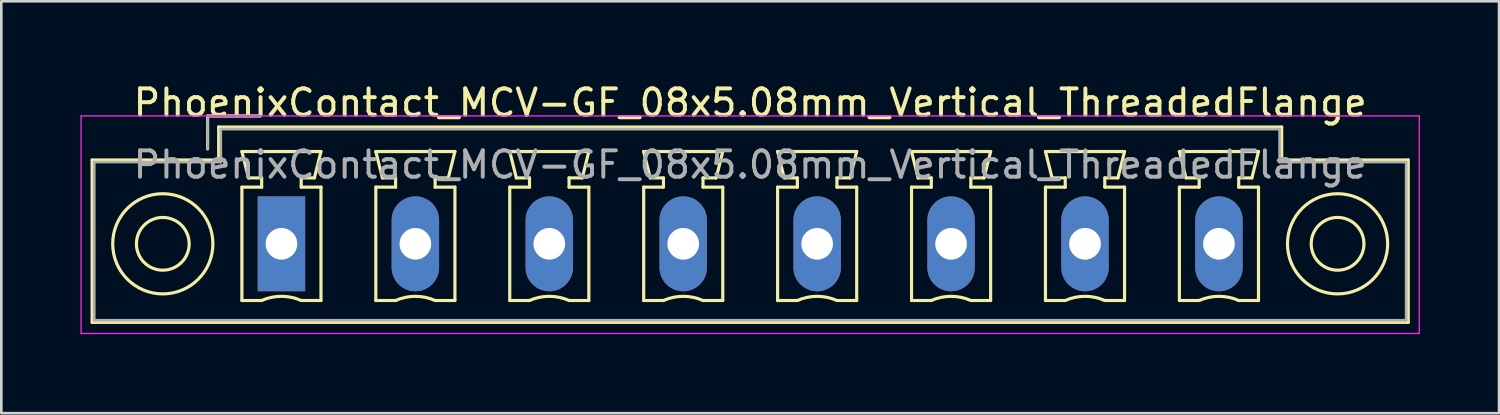
<source format=kicad_pcb>
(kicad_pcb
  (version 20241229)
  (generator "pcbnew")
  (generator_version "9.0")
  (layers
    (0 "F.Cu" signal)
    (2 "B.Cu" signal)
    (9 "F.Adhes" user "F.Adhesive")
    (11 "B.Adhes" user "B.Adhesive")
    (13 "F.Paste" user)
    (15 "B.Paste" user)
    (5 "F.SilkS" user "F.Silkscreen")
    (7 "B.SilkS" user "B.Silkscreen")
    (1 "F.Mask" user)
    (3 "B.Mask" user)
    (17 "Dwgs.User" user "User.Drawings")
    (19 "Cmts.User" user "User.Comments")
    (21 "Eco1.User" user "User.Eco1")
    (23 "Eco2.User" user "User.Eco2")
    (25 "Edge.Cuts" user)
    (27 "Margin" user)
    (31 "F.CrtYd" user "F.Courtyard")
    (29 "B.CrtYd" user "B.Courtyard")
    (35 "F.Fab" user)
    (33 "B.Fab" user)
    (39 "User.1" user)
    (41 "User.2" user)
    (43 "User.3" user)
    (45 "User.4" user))
  (footprint "PhoenixContact_MCV-GF_08x5.08mm_Vertical_ThreadedFlange"
    (layer "F.Cu")
    (at 7.625 6.198)
    (property "Reference" "PhoenixContact_MCV-GF_08x5.08mm_Vertical_ThreadedFlange" (at 17.78 -5.35 0) (layer "F.SilkS") (effects (font (size 1 1) (thickness 0.15))))
    (attr through_hole)
    (fp_line (start -7.18 -3.18) (end -7.18 2.98) (stroke (width 0.12) (type solid)) (layer "F.SilkS"))
    (fp_line (start -7.18 2.98) (end 42.74 2.98) (stroke (width 0.12) (type solid)) (layer "F.SilkS"))
    (fp_line (start -2.8 -4.85) (end -0.8 -4.85) (stroke (width 0.12) (type solid)) (layer "F.SilkS"))
    (fp_line (start -2.8 -3.6) (end -2.8 -4.85) (stroke (width 0.12) (type solid)) (layer "F.SilkS"))
    (fp_line (start -2.38 -4.43) (end -2.38 -3.18) (stroke (width 0.12) (type solid)) (layer "F.SilkS"))
    (fp_line (start -2.38 -3.18) (end -7.18 -3.18) (stroke (width 0.12) (type solid)) (layer "F.SilkS"))
    (fp_line (start -1.5 -3.5) (end 1.5 -3.5) (stroke (width 0.12) (type solid)) (layer "F.SilkS"))
    (fp_line (start -1.5 -2.15) (end -0.75 -2.15) (stroke (width 0.12) (type solid)) (layer "F.SilkS"))
    (fp_line (start -1.5 2.15) (end -1.5 -2.15) (stroke (width 0.12) (type solid)) (layer "F.SilkS"))
    (fp_line (start -1.25 -2.5) (end -1.5 -3.5) (stroke (width 0.12) (type solid)) (layer "F.SilkS"))
    (fp_line (start -0.75 -2.5) (end -1.25 -2.5) (stroke (width 0.12) (type solid)) (layer "F.SilkS"))
    (fp_line (start -0.75 -2.15) (end -0.75 -2.5) (stroke (width 0.12) (type solid)) (layer "F.SilkS"))
    (fp_line (start -0.75 2.15) (end -1.5 2.15) (stroke (width 0.12) (type solid)) (layer "F.SilkS"))
    (fp_line (start 0.75 -2.5) (end 0.75 -2.15) (stroke (width 0.12) (type solid)) (layer "F.SilkS"))
    (fp_line (start 0.75 -2.15) (end 1.5 -2.15) (stroke (width 0.12) (type solid)) (layer "F.SilkS"))
    (fp_line (start 1.25 -2.5) (end 0.75 -2.5) (stroke (width 0.12) (type solid)) (layer "F.SilkS"))
    (fp_line (start 1.5 -3.5) (end 1.25 -2.5) (stroke (width 0.12) (type solid)) (layer "F.SilkS"))
    (fp_line (start 1.5 -2.15) (end 1.5 2.15) (stroke (width 0.12) (type solid)) (layer "F.SilkS"))
    (fp_line (start 1.5 2.15) (end 0.75 2.15) (stroke (width 0.12) (type solid)) (layer "F.SilkS"))
    (fp_line (start 3.58 -3.5) (end 6.58 -3.5) (stroke (width 0.12) (type solid)) (layer "F.SilkS"))
    (fp_line (start 3.58 -2.15) (end 4.33 -2.15) (stroke (width 0.12) (type solid)) (layer "F.SilkS"))
    (fp_line (start 3.58 2.15) (end 3.58 -2.15) (stroke (width 0.12) (type solid)) (layer "F.SilkS"))
    (fp_line (start 3.83 -2.5) (end 3.58 -3.5) (stroke (width 0.12) (type solid)) (layer "F.SilkS"))
    (fp_line (start 4.33 -2.5) (end 3.83 -2.5) (stroke (width 0.12) (type solid)) (layer "F.SilkS"))
    (fp_line (start 4.33 -2.15) (end 4.33 -2.5) (stroke (width 0.12) (type solid)) (layer "F.SilkS"))
    (fp_line (start 4.33 2.15) (end 3.58 2.15) (stroke (width 0.12) (type solid)) (layer "F.SilkS"))
    (fp_line (start 5.83 -2.5) (end 5.83 -2.15) (stroke (width 0.12) (type solid)) (layer "F.SilkS"))
    (fp_line (start 5.83 -2.15) (end 6.58 -2.15) (stroke (width 0.12) (type solid)) (layer "F.SilkS"))
    (fp_line (start 6.33 -2.5) (end 5.83 -2.5) (stroke (width 0.12) (type solid)) (layer "F.SilkS"))
    (fp_line (start 6.58 -3.5) (end 6.33 -2.5) (stroke (width 0.12) (type solid)) (layer "F.SilkS"))
    (fp_line (start 6.58 -2.15) (end 6.58 2.15) (stroke (width 0.12) (type solid)) (layer "F.SilkS"))
    (fp_line (start 6.58 2.15) (end 5.83 2.15) (stroke (width 0.12) (type solid)) (layer "F.SilkS"))
    (fp_line (start 8.66 -3.5) (end 11.66 -3.5) (stroke (width 0.12) (type solid)) (layer "F.SilkS"))
    (fp_line (start 8.66 -2.15) (end 9.41 -2.15) (stroke (width 0.12) (type solid)) (layer "F.SilkS"))
    (fp_line (start 8.66 2.15) (end 8.66 -2.15) (stroke (width 0.12) (type solid)) (layer "F.SilkS"))
    (fp_line (start 8.91 -2.5) (end 8.66 -3.5) (stroke (width 0.12) (type solid)) (layer "F.SilkS"))
    (fp_line (start 9.41 -2.5) (end 8.91 -2.5) (stroke (width 0.12) (type solid)) (layer "F.SilkS"))
    (fp_line (start 9.41 -2.15) (end 9.41 -2.5) (stroke (width 0.12) (type solid)) (layer "F.SilkS"))
    (fp_line (start 9.41 2.15) (end 8.66 2.15) (stroke (width 0.12) (type solid)) (layer "F.SilkS"))
    (fp_line (start 10.91 -2.5) (end 10.91 -2.15) (stroke (width 0.12) (type solid)) (layer "F.SilkS"))
    (fp_line (start 10.91 -2.15) (end 11.66 -2.15) (stroke (width 0.12) (type solid)) (layer "F.SilkS"))
    (fp_line (start 11.41 -2.5) (end 10.91 -2.5) (stroke (width 0.12) (type solid)) (layer "F.SilkS"))
    (fp_line (start 11.66 -3.5) (end 11.41 -2.5) (stroke (width 0.12) (type solid)) (layer "F.SilkS"))
    (fp_line (start 11.66 -2.15) (end 11.66 2.15) (stroke (width 0.12) (type solid)) (layer "F.SilkS"))
    (fp_line (start 11.66 2.15) (end 10.91 2.15) (stroke (width 0.12) (type solid)) (layer "F.SilkS"))
    (fp_line (start 13.74 -3.5) (end 16.74 -3.5) (stroke (width 0.12) (type solid)) (layer "F.SilkS"))
    (fp_line (start 13.74 -2.15) (end 14.49 -2.15) (stroke (width 0.12) (type solid)) (layer "F.SilkS"))
    (fp_line (start 13.74 2.15) (end 13.74 -2.15) (stroke (width 0.12) (type solid)) (layer "F.SilkS"))
    (fp_line (start 13.99 -2.5) (end 13.74 -3.5) (stroke (width 0.12) (type solid)) (layer "F.SilkS"))
    (fp_line (start 14.49 -2.5) (end 13.99 -2.5) (stroke (width 0.12) (type solid)) (layer "F.SilkS"))
    (fp_line (start 14.49 -2.15) (end 14.49 -2.5) (stroke (width 0.12) (type solid)) (layer "F.SilkS"))
    (fp_line (start 14.49 2.15) (end 13.74 2.15) (stroke (width 0.12) (type solid)) (layer "F.SilkS"))
    (fp_line (start 15.99 -2.5) (end 15.99 -2.15) (stroke (width 0.12) (type solid)) (layer "F.SilkS"))
    (fp_line (start 15.99 -2.15) (end 16.74 -2.15) (stroke (width 0.12) (type solid)) (layer "F.SilkS"))
    (fp_line (start 16.49 -2.5) (end 15.99 -2.5) (stroke (width 0.12) (type solid)) (layer "F.SilkS"))
    (fp_line (start 16.74 -3.5) (end 16.49 -2.5) (stroke (width 0.12) (type solid)) (layer "F.SilkS"))
    (fp_line (start 16.74 -2.15) (end 16.74 2.15) (stroke (width 0.12) (type solid)) (layer "F.SilkS"))
    (fp_line (start 16.74 2.15) (end 15.99 2.15) (stroke (width 0.12) (type solid)) (layer "F.SilkS"))
    (fp_line (start 18.82 -3.5) (end 21.82 -3.5) (stroke (width 0.12) (type solid)) (layer "F.SilkS"))
    (fp_line (start 18.82 -2.15) (end 19.57 -2.15) (stroke (width 0.12) (type solid)) (layer "F.SilkS"))
    (fp_line (start 18.82 2.15) (end 18.82 -2.15) (stroke (width 0.12) (type solid)) (layer "F.SilkS"))
    (fp_line (start 19.07 -2.5) (end 18.82 -3.5) (stroke (width 0.12) (type solid)) (layer "F.SilkS"))
    (fp_line (start 19.57 -2.5) (end 19.07 -2.5) (stroke (width 0.12) (type solid)) (layer "F.SilkS"))
    (fp_line (start 19.57 -2.15) (end 19.57 -2.5) (stroke (width 0.12) (type solid)) (layer "F.SilkS"))
    (fp_line (start 19.57 2.15) (end 18.82 2.15) (stroke (width 0.12) (type solid)) (layer "F.SilkS"))
    (fp_line (start 21.07 -2.5) (end 21.07 -2.15) (stroke (width 0.12) (type solid)) (layer "F.SilkS"))
    (fp_line (start 21.07 -2.15) (end 21.82 -2.15) (stroke (width 0.12) (type solid)) (layer "F.SilkS"))
    (fp_line (start 21.57 -2.5) (end 21.07 -2.5) (stroke (width 0.12) (type solid)) (layer "F.SilkS"))
    (fp_line (start 21.82 -3.5) (end 21.57 -2.5) (stroke (width 0.12) (type solid)) (layer "F.SilkS"))
    (fp_line (start 21.82 -2.15) (end 21.82 2.15) (stroke (width 0.12) (type solid)) (layer "F.SilkS"))
    (fp_line (start 21.82 2.15) (end 21.07 2.15) (stroke (width 0.12) (type solid)) (layer "F.SilkS"))
    (fp_line (start 23.9 -3.5) (end 26.9 -3.5) (stroke (width 0.12) (type solid)) (layer "F.SilkS"))
    (fp_line (start 23.9 -2.15) (end 24.65 -2.15) (stroke (width 0.12) (type solid)) (layer "F.SilkS"))
    (fp_line (start 23.9 2.15) (end 23.9 -2.15) (stroke (width 0.12) (type solid)) (layer "F.SilkS"))
    (fp_line (start 24.15 -2.5) (end 23.9 -3.5) (stroke (width 0.12) (type solid)) (layer "F.SilkS"))
    (fp_line (start 24.65 -2.5) (end 24.15 -2.5) (stroke (width 0.12) (type solid)) (layer "F.SilkS"))
    (fp_line (start 24.65 -2.15) (end 24.65 -2.5) (stroke (width 0.12) (type solid)) (layer "F.SilkS"))
    (fp_line (start 24.65 2.15) (end 23.9 2.15) (stroke (width 0.12) (type solid)) (layer "F.SilkS"))
    (fp_line (start 26.15 -2.5) (end 26.15 -2.15) (stroke (width 0.12) (type solid)) (layer "F.SilkS"))
    (fp_line (start 26.15 -2.15) (end 26.9 -2.15) (stroke (width 0.12) (type solid)) (layer "F.SilkS"))
    (fp_line (start 26.65 -2.5) (end 26.15 -2.5) (stroke (width 0.12) (type solid)) (layer "F.SilkS"))
    (fp_line (start 26.9 -3.5) (end 26.65 -2.5) (stroke (width 0.12) (type solid)) (layer "F.SilkS"))
    (fp_line (start 26.9 -2.15) (end 26.9 2.15) (stroke (width 0.12) (type solid)) (layer "F.SilkS"))
    (fp_line (start 26.9 2.15) (end 26.15 2.15) (stroke (width 0.12) (type solid)) (layer "F.SilkS"))
    (fp_line (start 28.98 -3.5) (end 31.98 -3.5) (stroke (width 0.12) (type solid)) (layer "F.SilkS"))
    (fp_line (start 28.98 -2.15) (end 29.73 -2.15) (stroke (width 0.12) (type solid)) (layer "F.SilkS"))
    (fp_line (start 28.98 2.15) (end 28.98 -2.15) (stroke (width 0.12) (type solid)) (layer "F.SilkS"))
    (fp_line (start 29.23 -2.5) (end 28.98 -3.5) (stroke (width 0.12) (type solid)) (layer "F.SilkS"))
    (fp_line (start 29.73 -2.5) (end 29.23 -2.5) (stroke (width 0.12) (type solid)) (layer "F.SilkS"))
    (fp_line (start 29.73 -2.15) (end 29.73 -2.5) (stroke (width 0.12) (type solid)) (layer "F.SilkS"))
    (fp_line (start 29.73 2.15) (end 28.98 2.15) (stroke (width 0.12) (type solid)) (layer "F.SilkS"))
    (fp_line (start 31.23 -2.5) (end 31.23 -2.15) (stroke (width 0.12) (type solid)) (layer "F.SilkS"))
    (fp_line (start 31.23 -2.15) (end 31.98 -2.15) (stroke (width 0.12) (type solid)) (layer "F.SilkS"))
    (fp_line (start 31.73 -2.5) (end 31.23 -2.5) (stroke (width 0.12) (type solid)) (layer "F.SilkS"))
    (fp_line (start 31.98 -3.5) (end 31.73 -2.5) (stroke (width 0.12) (type solid)) (layer "F.SilkS"))
    (fp_line (start 31.98 -2.15) (end 31.98 2.15) (stroke (width 0.12) (type solid)) (layer "F.SilkS"))
    (fp_line (start 31.98 2.15) (end 31.23 2.15) (stroke (width 0.12) (type solid)) (layer "F.SilkS"))
    (fp_line (start 34.06 -3.5) (end 37.06 -3.5) (stroke (width 0.12) (type solid)) (layer "F.SilkS"))
    (fp_line (start 34.06 -2.15) (end 34.81 -2.15) (stroke (width 0.12) (type solid)) (layer "F.SilkS"))
    (fp_line (start 34.06 2.15) (end 34.06 -2.15) (stroke (width 0.12) (type solid)) (layer "F.SilkS"))
    (fp_line (start 34.31 -2.5) (end 34.06 -3.5) (stroke (width 0.12) (type solid)) (layer "F.SilkS"))
    (fp_line (start 34.81 -2.5) (end 34.31 -2.5) (stroke (width 0.12) (type solid)) (layer "F.SilkS"))
    (fp_line (start 34.81 -2.15) (end 34.81 -2.5) (stroke (width 0.12) (type solid)) (layer "F.SilkS"))
    (fp_line (start 34.81 2.15) (end 34.06 2.15) (stroke (width 0.12) (type solid)) (layer "F.SilkS"))
    (fp_line (start 36.31 -2.5) (end 36.31 -2.15) (stroke (width 0.12) (type solid)) (layer "F.SilkS"))
    (fp_line (start 36.31 -2.15) (end 37.06 -2.15) (stroke (width 0.12) (type solid)) (layer "F.SilkS"))
    (fp_line (start 36.81 -2.5) (end 36.31 -2.5) (stroke (width 0.12) (type solid)) (layer "F.SilkS"))
    (fp_line (start 37.06 -3.5) (end 36.81 -2.5) (stroke (width 0.12) (type solid)) (layer "F.SilkS"))
    (fp_line (start 37.06 -2.15) (end 37.06 2.15) (stroke (width 0.12) (type solid)) (layer "F.SilkS"))
    (fp_line (start 37.06 2.15) (end 36.31 2.15) (stroke (width 0.12) (type solid)) (layer "F.SilkS"))
    (fp_line (start 37.94 -4.43) (end -2.38 -4.43) (stroke (width 0.12) (type solid)) (layer "F.SilkS"))
    (fp_line (start 37.94 -3.18) (end 37.94 -4.43) (stroke (width 0.12) (type solid)) (layer "F.SilkS"))
    (fp_line (start 42.74 -3.18) (end 37.94 -3.18) (stroke (width 0.12) (type solid)) (layer "F.SilkS"))
    (fp_line (start 42.74 2.98) (end 42.74 -3.18) (stroke (width 0.12) (type solid)) (layer "F.SilkS"))
    (fp_arc (start -0.75 2.15) (mid -0.000193 1.99191) (end 0.749647 2.149844) (stroke (width 0.12) (type solid)) (layer "F.SilkS"))
    (fp_arc (start 4.33 2.15) (mid 5.079807 1.99191) (end 5.829647 2.149844) (stroke (width 0.12) (type solid)) (layer "F.SilkS"))
    (fp_arc (start 9.41 2.15) (mid 10.159807 1.99191) (end 10.909647 2.149844) (stroke (width 0.12) (type solid)) (layer "F.SilkS"))
    (fp_arc (start 14.49 2.15) (mid 15.239807 1.99191) (end 15.989647 2.149844) (stroke (width 0.12) (type solid)) (layer "F.SilkS"))
    (fp_arc (start 19.57 2.15) (mid 20.319807 1.99191) (end 21.069647 2.149844) (stroke (width 0.12) (type solid)) (layer "F.SilkS"))
    (fp_arc (start 24.65 2.15) (mid 25.399807 1.99191) (end 26.149647 2.149844) (stroke (width 0.12) (type solid)) (layer "F.SilkS"))
    (fp_arc (start 29.73 2.15) (mid 30.479807 1.99191) (end 31.229647 2.149844) (stroke (width 0.12) (type solid)) (layer "F.SilkS"))
    (fp_arc (start 34.81 2.15) (mid 35.559807 1.99191) (end 36.309647 2.149844) (stroke (width 0.12) (type solid)) (layer "F.SilkS"))
    (fp_circle (center -4.5 0) (end -3.5 0) (stroke (width 0.12) (type solid)) (fill no) (layer "F.SilkS"))
    (fp_circle (center -4.5 0) (end -2.6 0) (stroke (width 0.12) (type solid)) (fill no) (layer "F.SilkS"))
    (fp_circle (center 40.06 0) (end 41.06 0) (stroke (width 0.12) (type solid)) (fill no) (layer "F.SilkS"))
    (fp_circle (center 40.06 0) (end 41.96 0) (stroke (width 0.12) (type solid)) (fill no) (layer "F.SilkS"))
    (fp_line (start -7.6 -4.85) (end -7.6 3.4) (stroke (width 0.05) (type solid)) (layer "F.CrtYd"))
    (fp_line (start -7.6 3.4) (end 43.16 3.4) (stroke (width 0.05) (type solid)) (layer "F.CrtYd"))
    (fp_line (start 43.16 -4.85) (end -7.6 -4.85) (stroke (width 0.05) (type solid)) (layer "F.CrtYd"))
    (fp_line (start 43.16 3.4) (end 43.16 -4.85) (stroke (width 0.05) (type solid)) (layer "F.CrtYd"))
    (fp_line (start -7.1 -3.1) (end -7.1 2.9) (stroke (width 0.1) (type solid)) (layer "F.Fab"))
    (fp_line (start -7.1 2.9) (end 42.66 2.9) (stroke (width 0.1) (type solid)) (layer "F.Fab"))
    (fp_line (start -2.8 -4.85) (end -0.8 -4.85) (stroke (width 0.1) (type solid)) (layer "F.Fab"))
    (fp_line (start -2.8 -3.6) (end -2.8 -4.85) (stroke (width 0.1) (type solid)) (layer "F.Fab"))
    (fp_line (start -2.3 -4.35) (end -2.3 -3.1) (stroke (width 0.1) (type solid)) (layer "F.Fab"))
    (fp_line (start -2.3 -3.1) (end -7.1 -3.1) (stroke (width 0.1) (type solid)) (layer "F.Fab"))
    (fp_line (start 37.86 -4.35) (end -2.3 -4.35) (stroke (width 0.1) (type solid)) (layer "F.Fab"))
    (fp_line (start 37.86 -3.1) (end 37.86 -4.35) (stroke (width 0.1) (type solid)) (layer "F.Fab"))
    (fp_line (start 42.66 -3.1) (end 37.86 -3.1) (stroke (width 0.1) (type solid)) (layer "F.Fab"))
    (fp_line (start 42.66 2.9) (end 42.66 -3.1) (stroke (width 0.1) (type solid)) (layer "F.Fab"))
    (fp_text user "${REFERENCE}" (at 17.78 -3 0) (layer "F.Fab") (effects (font (size 1 1) (thickness 0.15))))
    (pad "1" thru_hole rect (at 0 0) (size 1.8 3.6) (drill 1.2) (layers "*.Cu" "*.Mask"))
    (pad "2" thru_hole oval (at 5.08 0) (size 1.8 3.6) (drill 1.2) (layers "*.Cu" "*.Mask"))
    (pad "3" thru_hole oval (at 10.16 0) (size 1.8 3.6) (drill 1.2) (layers "*.Cu" "*.Mask"))
    (pad "4" thru_hole oval (at 15.24 0) (size 1.8 3.6) (drill 1.2) (layers "*.Cu" "*.Mask"))
    (pad "5" thru_hole oval (at 20.32 0) (size 1.8 3.6) (drill 1.2) (layers "*.Cu" "*.Mask"))
    (pad "6" thru_hole oval (at 25.4 0) (size 1.8 3.6) (drill 1.2) (layers "*.Cu" "*.Mask"))
    (pad "7" thru_hole oval (at 30.48 0) (size 1.8 3.6) (drill 1.2) (layers "*.Cu" "*.Mask"))
    (pad "8" thru_hole oval (at 35.56 0) (size 1.8 3.6) (drill 1.2) (layers "*.Cu" "*.Mask")))
  (gr_rect
    (start -3 -3)
    (end 53.81 12.623)
    (stroke (width 0.1) (type default))
    (fill no)
    (layer "Edge.Cuts")))
</source>
